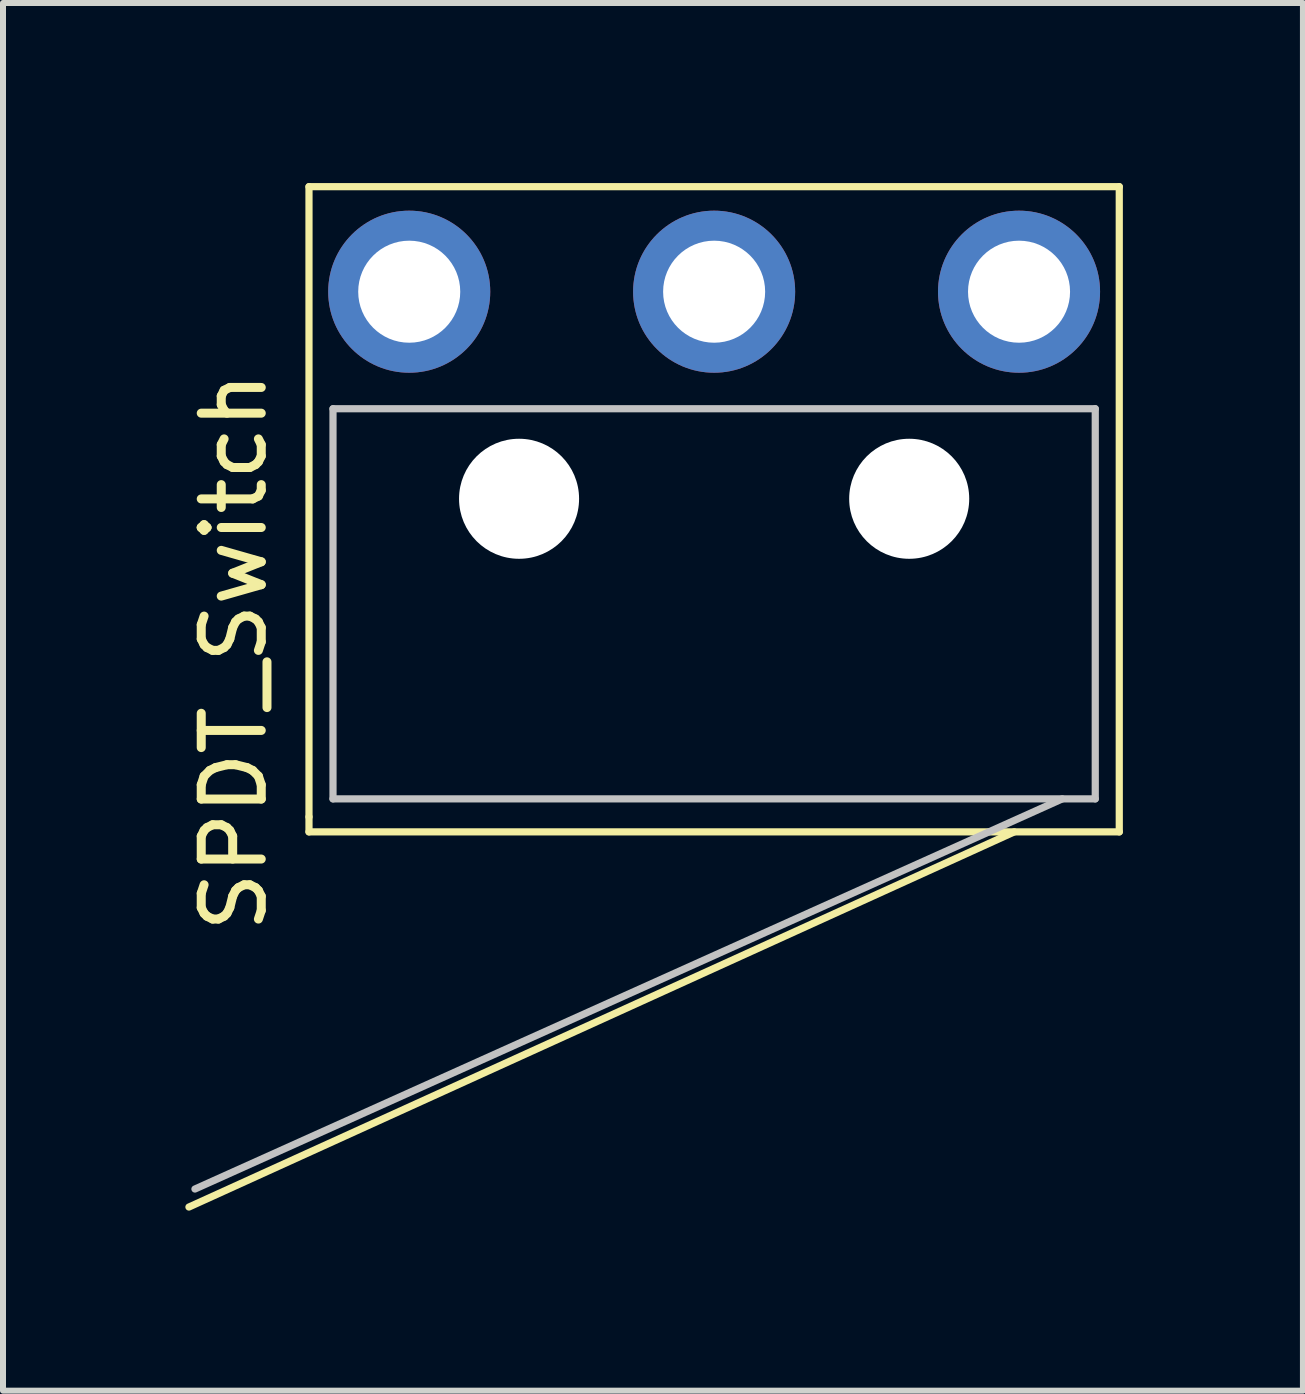
<source format=kicad_pcb>
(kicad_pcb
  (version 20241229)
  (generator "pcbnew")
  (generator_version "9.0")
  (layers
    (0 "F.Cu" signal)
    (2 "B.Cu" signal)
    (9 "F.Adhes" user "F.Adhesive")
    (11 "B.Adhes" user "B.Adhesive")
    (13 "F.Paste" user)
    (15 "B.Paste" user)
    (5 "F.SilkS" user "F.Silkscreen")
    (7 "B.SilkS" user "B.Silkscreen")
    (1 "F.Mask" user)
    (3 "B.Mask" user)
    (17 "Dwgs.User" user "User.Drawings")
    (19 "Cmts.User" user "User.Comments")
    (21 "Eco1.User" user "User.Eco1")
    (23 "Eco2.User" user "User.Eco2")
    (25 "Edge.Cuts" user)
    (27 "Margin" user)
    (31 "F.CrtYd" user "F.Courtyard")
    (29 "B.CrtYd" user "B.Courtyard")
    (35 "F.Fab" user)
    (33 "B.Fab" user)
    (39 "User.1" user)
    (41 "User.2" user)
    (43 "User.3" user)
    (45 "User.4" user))
  (footprint "SPDT_Switch"
    (layer "F.Cu")
    (at 8.848 1.81)
    (property "Reference" "SPDT_Switch" (at -8 6 90) (layer "F.SilkS") (effects (font (size 1 1) (thickness 0.15))))
    (attr through_hole)
    (fp_line (start -6.75 -1.75) (end 6.75 -1.75) (stroke (width 0.12) (type solid)) (layer "F.SilkS"))
    (fp_line (start -6.75 8.75) (end -6.75 -1.75) (stroke (width 0.12) (type solid)) (layer "F.SilkS"))
    (fp_line (start -6.75 9) (end -6.75 8.75) (stroke (width 0.12) (type solid)) (layer "F.SilkS"))
    (fp_line (start 5 9) (end -8.75 15.25) (stroke (width 0.12) (type solid)) (layer "F.SilkS"))
    (fp_line (start 6.75 -1.75) (end 6.75 9) (stroke (width 0.12) (type solid)) (layer "F.SilkS"))
    (fp_line (start 6.75 9) (end -6.75 9) (stroke (width 0.12) (type solid)) (layer "F.SilkS"))
    (fp_line (start -6.35 1.95) (end 6.35 1.95) (stroke (width 0.12) (type solid)) (layer "Dwgs.User"))
    (fp_line (start -6.35 8.45) (end -6.35 1.95) (stroke (width 0.12) (type solid)) (layer "Dwgs.User"))
    (fp_line (start 5.8 8.45) (end -8.65 14.95) (stroke (width 0.12) (type solid)) (layer "Dwgs.User"))
    (fp_line (start 6.35 1.95) (end 6.35 8.45) (stroke (width 0.12) (type solid)) (layer "Dwgs.User"))
    (fp_line (start 6.35 8.45) (end -6.35 8.45) (stroke (width 0.12) (type solid)) (layer "Dwgs.User"))
    (pad "" np_thru_hole circle (at -3.25 3.45) (size 2 2) (drill 2) (layers "*.Cu" "*.Mask"))
    (pad "" np_thru_hole circle (at 3.25 3.45) (size 2 2) (drill 2) (layers "*.Cu" "*.Mask"))
    (pad "1" thru_hole circle (at 5.08 0) (size 2.7 2.7) (drill 1.7) (layers "*.Cu" "*.Mask"))
    (pad "2" thru_hole circle (at -5.08 0) (size 2.7 2.7) (drill 1.7) (layers "*.Cu" "*.Mask"))
    (pad "3" thru_hole circle (at 0 0) (size 2.7 2.7) (drill 1.7) (layers "*.Cu" "*.Mask")))
  (gr_rect
    (start -3 -3)
    (end 18.658 20.12)
    (stroke (width 0.1) (type default))
    (fill no)
    (layer "Edge.Cuts")))
</source>
